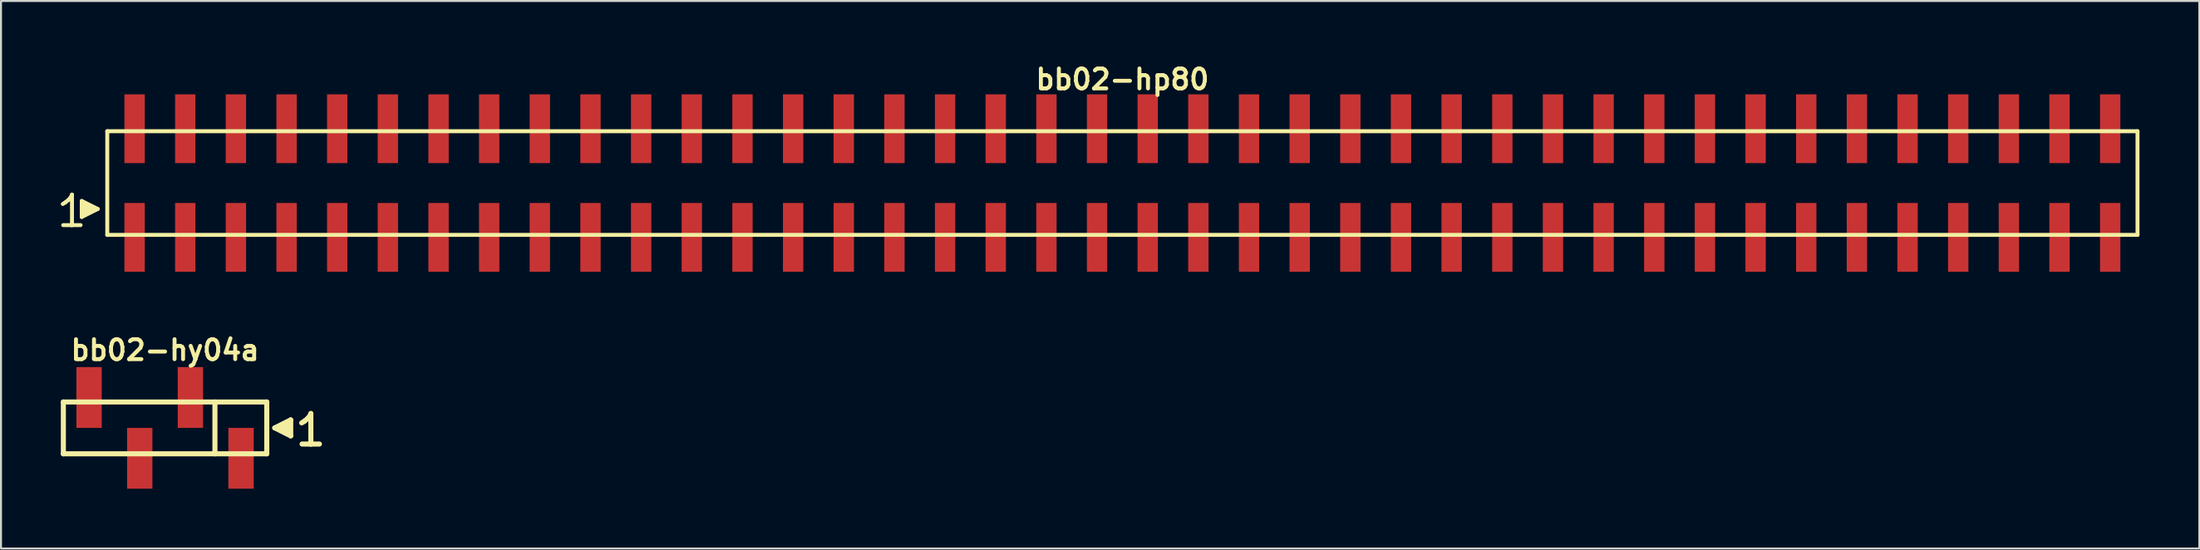
<source format=kicad_pcb>
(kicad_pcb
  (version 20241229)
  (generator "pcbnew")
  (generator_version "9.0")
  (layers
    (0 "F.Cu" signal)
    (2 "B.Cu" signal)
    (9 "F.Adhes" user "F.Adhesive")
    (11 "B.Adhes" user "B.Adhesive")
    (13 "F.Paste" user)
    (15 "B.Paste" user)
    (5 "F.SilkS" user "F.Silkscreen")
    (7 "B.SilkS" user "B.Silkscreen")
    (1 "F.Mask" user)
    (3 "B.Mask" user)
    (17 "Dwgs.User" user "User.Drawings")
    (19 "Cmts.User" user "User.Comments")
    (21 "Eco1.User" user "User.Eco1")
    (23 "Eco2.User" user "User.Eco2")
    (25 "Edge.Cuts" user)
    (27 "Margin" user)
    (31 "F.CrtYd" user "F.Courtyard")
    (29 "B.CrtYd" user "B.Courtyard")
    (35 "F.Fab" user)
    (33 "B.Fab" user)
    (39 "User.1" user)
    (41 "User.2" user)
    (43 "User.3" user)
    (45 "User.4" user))
  (footprint "bb02-hp80"
    (layer "F.Cu")
    (at 53.229 6.132)
    (property "Reference" "bb02-hp80" (at 0 -5.2 0) (layer "F.SilkS") (effects (font (size 0.998 0.998) (thickness 0.198))))
    (attr smd)
    (fp_line (start -53.13 1.05) (end -53 0.97) (stroke (width 0.198) (type solid)) (layer "F.SilkS"))
    (fp_line (start -53 0.97) (end -52.84 0.84) (stroke (width 0.198) (type solid)) (layer "F.SilkS"))
    (fp_line (start -52.84 0.84) (end -52.7 0.67) (stroke (width 0.198) (type solid)) (layer "F.SilkS"))
    (fp_line (start -52.7 0.67) (end -52.67 0.58) (stroke (width 0.198) (type solid)) (layer "F.SilkS"))
    (fp_line (start -52.67 0.58) (end -52.67 2.11) (stroke (width 0.198) (type solid)) (layer "F.SilkS"))
    (fp_line (start -52.67 2.11) (end -53.11 2.11) (stroke (width 0.198) (type solid)) (layer "F.SilkS"))
    (fp_line (start -52.24 2.11) (end -52.68 2.11) (stroke (width 0.198) (type solid)) (layer "F.SilkS"))
    (fp_line (start -52.18 0.9) (end -51.38 1.3) (stroke (width 0.198) (type solid)) (layer "F.SilkS"))
    (fp_line (start -52.18 1.7) (end -52.18 0.9) (stroke (width 0.198) (type solid)) (layer "F.SilkS"))
    (fp_line (start -52.08 1.6) (end -52.08 1) (stroke (width 0.198) (type solid)) (layer "F.SilkS"))
    (fp_line (start -51.98 1.1) (end -51.98 1.5) (stroke (width 0.198) (type solid)) (layer "F.SilkS"))
    (fp_line (start -51.88 1.5) (end -51.88 1.1) (stroke (width 0.198) (type solid)) (layer "F.SilkS"))
    (fp_line (start -51.78 1.2) (end -51.78 1.4) (stroke (width 0.198) (type solid)) (layer "F.SilkS"))
    (fp_line (start -51.68 1.4) (end -51.68 1.2) (stroke (width 0.198) (type solid)) (layer "F.SilkS"))
    (fp_line (start -51.38 1.3) (end -52.18 1.7) (stroke (width 0.198) (type solid)) (layer "F.SilkS"))
    (fp_line (start -50.9 -2.6) (end -50.9 2.6) (stroke (width 0.198) (type solid)) (layer "F.SilkS"))
    (fp_line (start -50.9 -2.6) (end 50.9 -2.6) (stroke (width 0.198) (type solid)) (layer "F.SilkS"))
    (fp_line (start -50.9 2.6) (end 50.9 2.6) (stroke (width 0.198) (type solid)) (layer "F.SilkS"))
    (fp_line (start 50.9 2.6) (end 50.9 -2.6) (stroke (width 0.198) (type solid)) (layer "F.SilkS"))
    (pad "1" smd rect (at -49.53 2.725) (size 1.02 3.45) (layers "F.Cu" "F.Mask" "F.Paste"))
    (pad "2" smd rect (at -49.53 -2.725) (size 1.02 3.45) (layers "F.Cu" "F.Mask" "F.Paste"))
    (pad "3" smd rect (at -46.99 2.725) (size 1.02 3.45) (layers "F.Cu" "F.Mask" "F.Paste"))
    (pad "4" smd rect (at -46.99 -2.725) (size 1.02 3.45) (layers "F.Cu" "F.Mask" "F.Paste"))
    (pad "5" smd rect (at -44.45 2.725) (size 1.02 3.45) (layers "F.Cu" "F.Mask" "F.Paste"))
    (pad "6" smd rect (at -44.45 -2.725) (size 1.02 3.45) (layers "F.Cu" "F.Mask" "F.Paste"))
    (pad "7" smd rect (at -41.91 2.725) (size 1.02 3.45) (layers "F.Cu" "F.Mask" "F.Paste"))
    (pad "8" smd rect (at -41.91 -2.725) (size 1.02 3.45) (layers "F.Cu" "F.Mask" "F.Paste"))
    (pad "9" smd rect (at -39.37 2.725) (size 1.02 3.45) (layers "F.Cu" "F.Mask" "F.Paste"))
    (pad "10" smd rect (at -39.37 -2.725) (size 1.02 3.45) (layers "F.Cu" "F.Mask" "F.Paste"))
    (pad "11" smd rect (at -36.83 2.725) (size 1.02 3.45) (layers "F.Cu" "F.Mask" "F.Paste"))
    (pad "12" smd rect (at -36.83 -2.725) (size 1.02 3.45) (layers "F.Cu" "F.Mask" "F.Paste"))
    (pad "13" smd rect (at -34.29 2.725) (size 1.02 3.45) (layers "F.Cu" "F.Mask" "F.Paste"))
    (pad "14" smd rect (at -34.29 -2.725) (size 1.02 3.45) (layers "F.Cu" "F.Mask" "F.Paste"))
    (pad "15" smd rect (at -31.75 2.725) (size 1.02 3.45) (layers "F.Cu" "F.Mask" "F.Paste"))
    (pad "16" smd rect (at -31.75 -2.725) (size 1.02 3.45) (layers "F.Cu" "F.Mask" "F.Paste"))
    (pad "17" smd rect (at -29.21 2.725) (size 1.02 3.45) (layers "F.Cu" "F.Mask" "F.Paste"))
    (pad "18" smd rect (at -29.21 -2.725) (size 1.02 3.45) (layers "F.Cu" "F.Mask" "F.Paste"))
    (pad "19" smd rect (at -26.67 2.725) (size 1.02 3.45) (layers "F.Cu" "F.Mask" "F.Paste"))
    (pad "20" smd rect (at -26.67 -2.725) (size 1.02 3.45) (layers "F.Cu" "F.Mask" "F.Paste"))
    (pad "21" smd rect (at -24.13 2.725) (size 1.02 3.45) (layers "F.Cu" "F.Mask" "F.Paste"))
    (pad "22" smd rect (at -24.13 -2.725) (size 1.02 3.45) (layers "F.Cu" "F.Mask" "F.Paste"))
    (pad "23" smd rect (at -21.59 2.725) (size 1.02 3.45) (layers "F.Cu" "F.Mask" "F.Paste"))
    (pad "24" smd rect (at -21.59 -2.725) (size 1.02 3.45) (layers "F.Cu" "F.Mask" "F.Paste"))
    (pad "25" smd rect (at -19.05 2.725) (size 1.02 3.45) (layers "F.Cu" "F.Mask" "F.Paste"))
    (pad "26" smd rect (at -19.05 -2.725) (size 1.02 3.45) (layers "F.Cu" "F.Mask" "F.Paste"))
    (pad "27" smd rect (at -16.51 2.725) (size 1.02 3.45) (layers "F.Cu" "F.Mask" "F.Paste"))
    (pad "28" smd rect (at -16.51 -2.725) (size 1.02 3.45) (layers "F.Cu" "F.Mask" "F.Paste"))
    (pad "29" smd rect (at -13.97 2.725) (size 1.02 3.45) (layers "F.Cu" "F.Mask" "F.Paste"))
    (pad "30" smd rect (at -13.97 -2.725) (size 1.02 3.45) (layers "F.Cu" "F.Mask" "F.Paste"))
    (pad "31" smd rect (at -11.43 2.725) (size 1.02 3.45) (layers "F.Cu" "F.Mask" "F.Paste"))
    (pad "32" smd rect (at -11.43 -2.725) (size 1.02 3.45) (layers "F.Cu" "F.Mask" "F.Paste"))
    (pad "33" smd rect (at -8.89 2.725) (size 1.02 3.45) (layers "F.Cu" "F.Mask" "F.Paste"))
    (pad "34" smd rect (at -8.89 -2.725) (size 1.02 3.45) (layers "F.Cu" "F.Mask" "F.Paste"))
    (pad "35" smd rect (at -6.35 2.725) (size 1.02 3.45) (layers "F.Cu" "F.Mask" "F.Paste"))
    (pad "36" smd rect (at -6.35 -2.725) (size 1.02 3.45) (layers "F.Cu" "F.Mask" "F.Paste"))
    (pad "37" smd rect (at -3.81 2.725) (size 1.02 3.45) (layers "F.Cu" "F.Mask" "F.Paste"))
    (pad "38" smd rect (at -3.81 -2.725) (size 1.02 3.45) (layers "F.Cu" "F.Mask" "F.Paste"))
    (pad "39" smd rect (at -1.27 2.725) (size 1.02 3.45) (layers "F.Cu" "F.Mask" "F.Paste"))
    (pad "40" smd rect (at -1.27 -2.725) (size 1.02 3.45) (layers "F.Cu" "F.Mask" "F.Paste"))
    (pad "41" smd rect (at 1.27 2.725) (size 1.02 3.45) (layers "F.Cu" "F.Mask" "F.Paste"))
    (pad "42" smd rect (at 1.27 -2.725) (size 1.02 3.45) (layers "F.Cu" "F.Mask" "F.Paste"))
    (pad "43" smd rect (at 3.81 2.725) (size 1.02 3.45) (layers "F.Cu" "F.Mask" "F.Paste"))
    (pad "44" smd rect (at 3.81 -2.725) (size 1.02 3.45) (layers "F.Cu" "F.Mask" "F.Paste"))
    (pad "45" smd rect (at 6.35 2.725) (size 1.02 3.45) (layers "F.Cu" "F.Mask" "F.Paste"))
    (pad "46" smd rect (at 6.35 -2.725) (size 1.02 3.45) (layers "F.Cu" "F.Mask" "F.Paste"))
    (pad "47" smd rect (at 8.89 2.725) (size 1.02 3.45) (layers "F.Cu" "F.Mask" "F.Paste"))
    (pad "48" smd rect (at 8.89 -2.725) (size 1.02 3.45) (layers "F.Cu" "F.Mask" "F.Paste"))
    (pad "49" smd rect (at 11.43 2.725) (size 1.02 3.45) (layers "F.Cu" "F.Mask" "F.Paste"))
    (pad "50" smd rect (at 11.43 -2.725) (size 1.02 3.45) (layers "F.Cu" "F.Mask" "F.Paste"))
    (pad "51" smd rect (at 13.97 2.725) (size 1.02 3.45) (layers "F.Cu" "F.Mask" "F.Paste"))
    (pad "52" smd rect (at 13.97 -2.725) (size 1.02 3.45) (layers "F.Cu" "F.Mask" "F.Paste"))
    (pad "53" smd rect (at 16.51 2.725) (size 1.02 3.45) (layers "F.Cu" "F.Mask" "F.Paste"))
    (pad "54" smd rect (at 16.51 -2.725) (size 1.02 3.45) (layers "F.Cu" "F.Mask" "F.Paste"))
    (pad "55" smd rect (at 19.05 2.725) (size 1.02 3.45) (layers "F.Cu" "F.Mask" "F.Paste"))
    (pad "56" smd rect (at 19.05 -2.725) (size 1.02 3.45) (layers "F.Cu" "F.Mask" "F.Paste"))
    (pad "57" smd rect (at 21.59 2.725) (size 1.02 3.45) (layers "F.Cu" "F.Mask" "F.Paste"))
    (pad "58" smd rect (at 21.59 -2.725) (size 1.02 3.45) (layers "F.Cu" "F.Mask" "F.Paste"))
    (pad "59" smd rect (at 24.13 2.725) (size 1.02 3.45) (layers "F.Cu" "F.Mask" "F.Paste"))
    (pad "60" smd rect (at 24.13 -2.725) (size 1.02 3.45) (layers "F.Cu" "F.Mask" "F.Paste"))
    (pad "61" smd rect (at 26.67 2.725) (size 1.02 3.45) (layers "F.Cu" "F.Mask" "F.Paste"))
    (pad "62" smd rect (at 26.67 -2.725) (size 1.02 3.45) (layers "F.Cu" "F.Mask" "F.Paste"))
    (pad "63" smd rect (at 29.21 2.725) (size 1.02 3.45) (layers "F.Cu" "F.Mask" "F.Paste"))
    (pad "64" smd rect (at 29.21 -2.725) (size 1.02 3.45) (layers "F.Cu" "F.Mask" "F.Paste"))
    (pad "65" smd rect (at 31.75 2.725) (size 1.02 3.45) (layers "F.Cu" "F.Mask" "F.Paste"))
    (pad "66" smd rect (at 31.75 -2.725) (size 1.02 3.45) (layers "F.Cu" "F.Mask" "F.Paste"))
    (pad "67" smd rect (at 34.29 2.725) (size 1.02 3.45) (layers "F.Cu" "F.Mask" "F.Paste"))
    (pad "68" smd rect (at 34.29 -2.725) (size 1.02 3.45) (layers "F.Cu" "F.Mask" "F.Paste"))
    (pad "69" smd rect (at 36.83 2.725) (size 1.02 3.45) (layers "F.Cu" "F.Mask" "F.Paste"))
    (pad "70" smd rect (at 36.83 -2.725) (size 1.02 3.45) (layers "F.Cu" "F.Mask" "F.Paste"))
    (pad "71" smd rect (at 39.37 2.725) (size 1.02 3.45) (layers "F.Cu" "F.Mask" "F.Paste"))
    (pad "72" smd rect (at 39.37 -2.725) (size 1.02 3.45) (layers "F.Cu" "F.Mask" "F.Paste"))
    (pad "73" smd rect (at 41.91 2.725) (size 1.02 3.45) (layers "F.Cu" "F.Mask" "F.Paste"))
    (pad "74" smd rect (at 41.91 -2.725) (size 1.02 3.45) (layers "F.Cu" "F.Mask" "F.Paste"))
    (pad "75" smd rect (at 44.45 2.725) (size 1.02 3.45) (layers "F.Cu" "F.Mask" "F.Paste"))
    (pad "76" smd rect (at 44.45 -2.725) (size 1.02 3.45) (layers "F.Cu" "F.Mask" "F.Paste"))
    (pad "77" smd rect (at 46.99 2.725) (size 1.02 3.45) (layers "F.Cu" "F.Mask" "F.Paste"))
    (pad "78" smd rect (at 46.99 -2.725) (size 1.02 3.45) (layers "F.Cu" "F.Mask" "F.Paste"))
    (pad "79" smd rect (at 49.53 2.725) (size 1.02 3.45) (layers "F.Cu" "F.Mask" "F.Paste"))
    (pad "80" smd rect (at 49.53 -2.725) (size 1.02 3.45) (layers "F.Cu" "F.Mask" "F.Paste")))
  (footprint "bb02-hy04a"
    (layer "F.Cu")
    (at 5.227 18.413)
    (property "Reference" "bb02-hy04a" (at 0 -3.9 0) (layer "F.SilkS") (effects (font (size 0.998 0.998) (thickness 0.198))))
    (attr smd)
    (fp_line (start -5.1 -1.3) (end 5.1 -1.3) (stroke (width 0.254) (type solid)) (layer "F.SilkS"))
    (fp_line (start -5.1 1.3) (end -5.1 -1.3) (stroke (width 0.254) (type solid)) (layer "F.SilkS"))
    (fp_line (start 2.5 1.3) (end 2.5 -1.3) (stroke (width 0.254) (type solid)) (layer "F.SilkS"))
    (fp_line (start 5.1 -1.3) (end 5.1 1.3) (stroke (width 0.254) (type solid)) (layer "F.SilkS"))
    (fp_line (start 5.1 1.3) (end -5.1 1.3) (stroke (width 0.254) (type solid)) (layer "F.SilkS"))
    (fp_line (start 5.5 0) (end 6.3 0.4) (stroke (width 0.254) (type solid)) (layer "F.SilkS"))
    (fp_line (start 5.8 0.1) (end 5.8 -0.1) (stroke (width 0.254) (type solid)) (layer "F.SilkS"))
    (fp_line (start 5.9 -0.1) (end 5.9 0.1) (stroke (width 0.254) (type solid)) (layer "F.SilkS"))
    (fp_line (start 6 0.2) (end 6 -0.2) (stroke (width 0.254) (type solid)) (layer "F.SilkS"))
    (fp_line (start 6.1 -0.2) (end 6.1 0.2) (stroke (width 0.254) (type solid)) (layer "F.SilkS"))
    (fp_line (start 6.2 0.3) (end 6.2 -0.3) (stroke (width 0.254) (type solid)) (layer "F.SilkS"))
    (fp_line (start 6.3 -0.4) (end 5.5 0) (stroke (width 0.254) (type solid)) (layer "F.SilkS"))
    (fp_line (start 6.3 0.4) (end 6.3 -0.4) (stroke (width 0.254) (type solid)) (layer "F.SilkS"))
    (fp_line (start 6.85 -0.25) (end 6.98 -0.33) (stroke (width 0.254) (type solid)) (layer "F.SilkS"))
    (fp_line (start 6.98 -0.33) (end 7.14 -0.46) (stroke (width 0.254) (type solid)) (layer "F.SilkS"))
    (fp_line (start 7.14 -0.46) (end 7.28 -0.63) (stroke (width 0.254) (type solid)) (layer "F.SilkS"))
    (fp_line (start 7.28 -0.63) (end 7.31 -0.72) (stroke (width 0.254) (type solid)) (layer "F.SilkS"))
    (fp_line (start 7.31 -0.72) (end 7.31 0.81) (stroke (width 0.254) (type solid)) (layer "F.SilkS"))
    (fp_line (start 7.31 0.81) (end 6.87 0.81) (stroke (width 0.254) (type solid)) (layer "F.SilkS"))
    (fp_line (start 7.74 0.81) (end 7.3 0.81) (stroke (width 0.254) (type solid)) (layer "F.SilkS"))
    (pad "1" smd rect (at 3.81 1.525) (size 1.27 3.05) (layers "F.Cu" "F.Mask" "F.Paste"))
    (pad "2" smd rect (at 1.27 -1.525) (size 1.27 3.05) (layers "F.Cu" "F.Mask" "F.Paste"))
    (pad "3" smd rect (at -1.27 1.525) (size 1.27 3.05) (layers "F.Cu" "F.Mask" "F.Paste"))
    (pad "4" smd rect (at -3.81 -1.525) (size 1.27 3.05) (layers "F.Cu" "F.Mask" "F.Paste")))
  (gr_rect
    (start -3 -3)
    (end 107.228 24.463)
    (stroke (width 0.1) (type default))
    (fill no)
    (layer "Edge.Cuts")))
</source>
